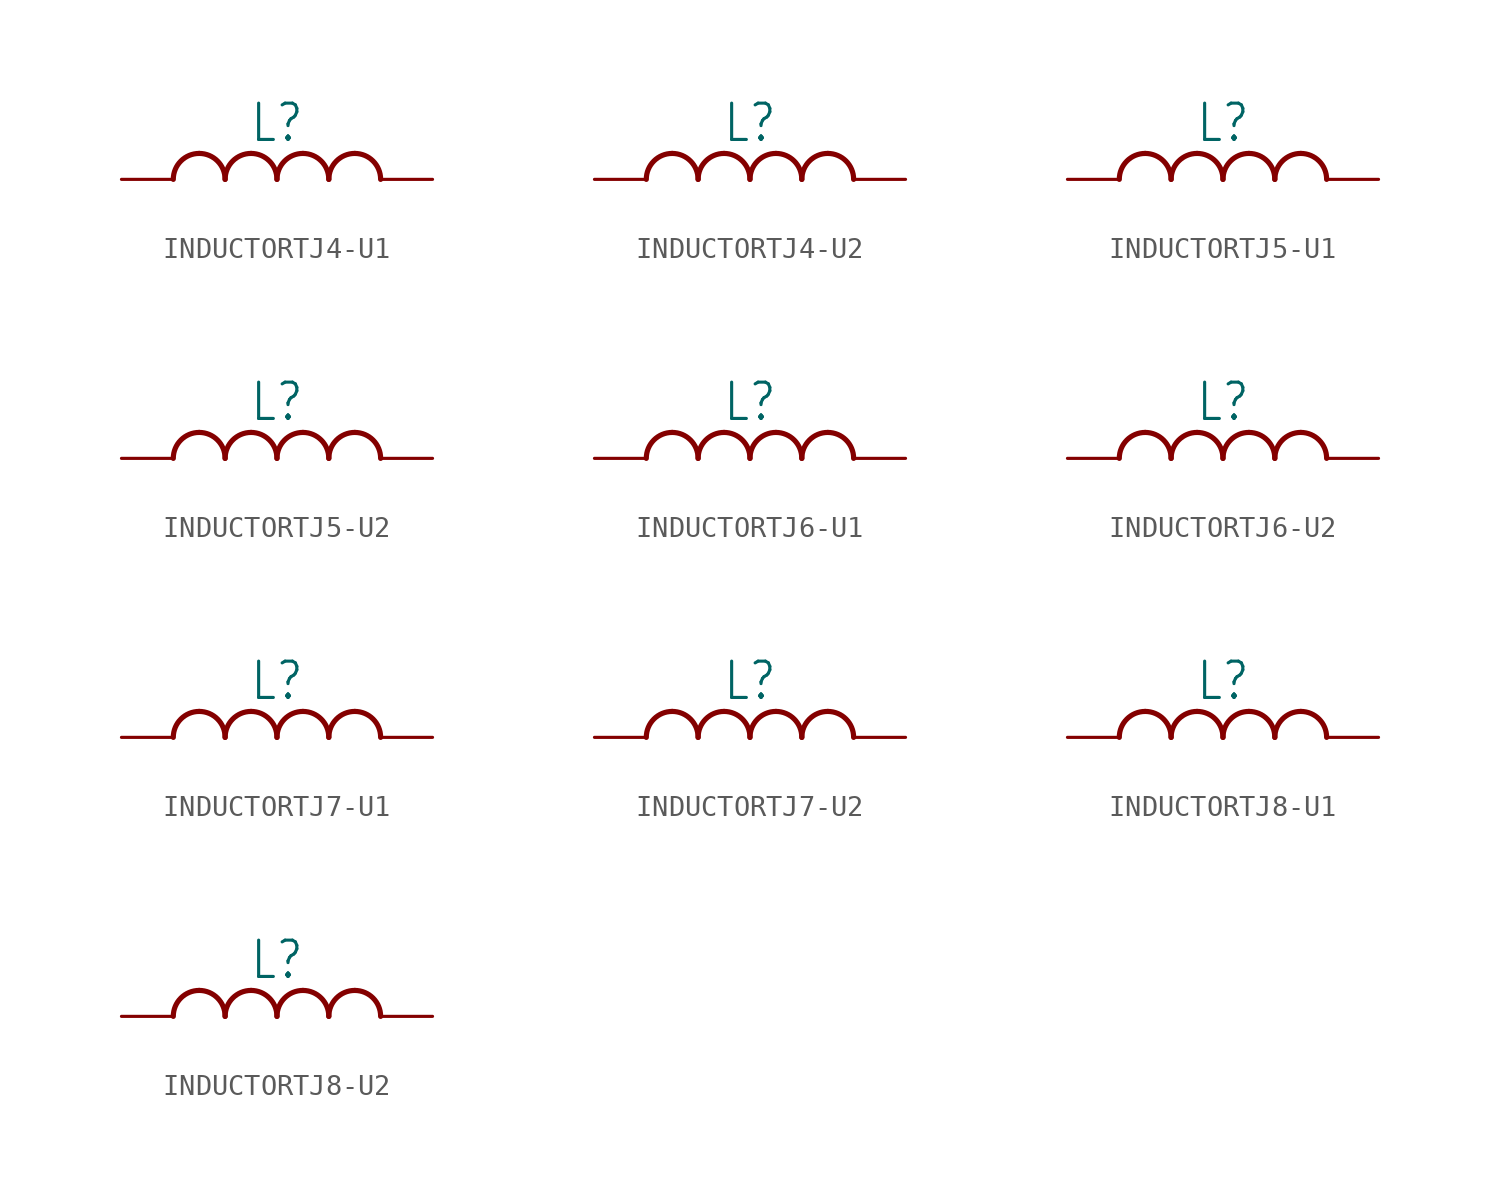
<source format=kicad_sym>
(kicad_symbol_lib
  (version 20220914)
  (generator kicad_symbol_editor)
  (symbol "INDUCTORTJ4-U1"
    (property "Reference" "L"
      (at 0 3.81 0)
      (effects (font (size 1.778 1.511)) (justify top)))
    (property "Value" ""
      (at 0 -1.27 0)
      (effects (font (size 1.778 1.511)) (justify top)))
    (property "ki_locked" ""
      (at 0 0 0)
      (effects (font (size 1.27 1.27))))
    (symbol "INDUCTORTJ4-U1_1_0"
      (arc (start -3.81 1.27) (mid -4.708 0.898) (end -5.08 0) (stroke (width 0.254) (type solid)) (fill (type none)))
      (arc (start -2.54 0) (mid -2.912 0.898) (end -3.81 1.27) (stroke (width 0.254) (type solid)) (fill (type none)))
      (arc (start -1.27 1.27) (mid -2.168 0.898) (end -2.54 0) (stroke (width 0.254) (type solid)) (fill (type none)))
      (arc (start 0 0) (mid -0.372 0.898) (end -1.27 1.27) (stroke (width 0.254) (type solid)) (fill (type none)))
      (arc (start 1.27 1.27) (mid 0.372 0.898) (end 0 0) (stroke (width 0.254) (type solid)) (fill (type none)))
      (arc (start 2.54 0) (mid 2.168 0.898) (end 1.27 1.27) (stroke (width 0.254) (type solid)) (fill (type none)))
      (arc (start 3.81 1.27) (mid 2.912 0.898) (end 2.54 0) (stroke (width 0.254) (type solid)) (fill (type none)))
      (arc (start 5.08 0) (mid 4.708 0.898) (end 3.81 1.27) (stroke (width 0.254) (type solid)) (fill (type none)))
      (pin passive line (at -7.62 0 0) (length 2.54) (name "1" (effects (font (size 0 0)))) (number "1" (effects (font (size 0 0)))))
      (pin passive line (at 7.62 0 180) (length 2.54) (name "2" (effects (font (size 0 0)))) (number "2" (effects (font (size 0 0)))))))
  (symbol "INDUCTORTJ4-U2"
    (property "Reference" "L"
      (at 0 3.81 0)
      (effects (font (size 1.778 1.511)) (justify top)))
    (property "Value" ""
      (at 0 -1.27 0)
      (effects (font (size 1.778 1.511)) (justify top)))
    (property "ki_locked" ""
      (at 0 0 0)
      (effects (font (size 1.27 1.27))))
    (symbol "INDUCTORTJ4-U2_1_0"
      (arc (start -3.81 1.27) (mid -4.708 0.898) (end -5.08 0) (stroke (width 0.254) (type solid)) (fill (type none)))
      (arc (start -2.54 0) (mid -2.912 0.898) (end -3.81 1.27) (stroke (width 0.254) (type solid)) (fill (type none)))
      (arc (start -1.27 1.27) (mid -2.168 0.898) (end -2.54 0) (stroke (width 0.254) (type solid)) (fill (type none)))
      (arc (start 0 0) (mid -0.372 0.898) (end -1.27 1.27) (stroke (width 0.254) (type solid)) (fill (type none)))
      (arc (start 1.27 1.27) (mid 0.372 0.898) (end 0 0) (stroke (width 0.254) (type solid)) (fill (type none)))
      (arc (start 2.54 0) (mid 2.168 0.898) (end 1.27 1.27) (stroke (width 0.254) (type solid)) (fill (type none)))
      (arc (start 3.81 1.27) (mid 2.912 0.898) (end 2.54 0) (stroke (width 0.254) (type solid)) (fill (type none)))
      (arc (start 5.08 0) (mid 4.708 0.898) (end 3.81 1.27) (stroke (width 0.254) (type solid)) (fill (type none)))
      (pin passive line (at -7.62 0 0) (length 2.54) (name "1" (effects (font (size 0 0)))) (number "1" (effects (font (size 0 0)))))
      (pin passive line (at 7.62 0 180) (length 2.54) (name "2" (effects (font (size 0 0)))) (number "2" (effects (font (size 0 0)))))))
  (symbol "INDUCTORTJ5-U1"
    (property "Reference" "L"
      (at 0 3.81 0)
      (effects (font (size 1.778 1.511)) (justify top)))
    (property "Value" ""
      (at 0 -1.27 0)
      (effects (font (size 1.778 1.511)) (justify top)))
    (property "ki_locked" ""
      (at 0 0 0)
      (effects (font (size 1.27 1.27))))
    (symbol "INDUCTORTJ5-U1_1_0"
      (arc (start -3.81 1.27) (mid -4.708 0.898) (end -5.08 0) (stroke (width 0.254) (type solid)) (fill (type none)))
      (arc (start -2.54 0) (mid -2.912 0.898) (end -3.81 1.27) (stroke (width 0.254) (type solid)) (fill (type none)))
      (arc (start -1.27 1.27) (mid -2.168 0.898) (end -2.54 0) (stroke (width 0.254) (type solid)) (fill (type none)))
      (arc (start 0 0) (mid -0.372 0.898) (end -1.27 1.27) (stroke (width 0.254) (type solid)) (fill (type none)))
      (arc (start 1.27 1.27) (mid 0.372 0.898) (end 0 0) (stroke (width 0.254) (type solid)) (fill (type none)))
      (arc (start 2.54 0) (mid 2.168 0.898) (end 1.27 1.27) (stroke (width 0.254) (type solid)) (fill (type none)))
      (arc (start 3.81 1.27) (mid 2.912 0.898) (end 2.54 0) (stroke (width 0.254) (type solid)) (fill (type none)))
      (arc (start 5.08 0) (mid 4.708 0.898) (end 3.81 1.27) (stroke (width 0.254) (type solid)) (fill (type none)))
      (pin passive line (at -7.62 0 0) (length 2.54) (name "1" (effects (font (size 0 0)))) (number "1" (effects (font (size 0 0)))))
      (pin passive line (at 7.62 0 180) (length 2.54) (name "2" (effects (font (size 0 0)))) (number "2" (effects (font (size 0 0)))))))
  (symbol "INDUCTORTJ5-U2"
    (property "Reference" "L"
      (at 0 3.81 0)
      (effects (font (size 1.778 1.511)) (justify top)))
    (property "Value" ""
      (at 0 -1.27 0)
      (effects (font (size 1.778 1.511)) (justify top)))
    (property "ki_locked" ""
      (at 0 0 0)
      (effects (font (size 1.27 1.27))))
    (symbol "INDUCTORTJ5-U2_1_0"
      (arc (start -3.81 1.27) (mid -4.708 0.898) (end -5.08 0) (stroke (width 0.254) (type solid)) (fill (type none)))
      (arc (start -2.54 0) (mid -2.912 0.898) (end -3.81 1.27) (stroke (width 0.254) (type solid)) (fill (type none)))
      (arc (start -1.27 1.27) (mid -2.168 0.898) (end -2.54 0) (stroke (width 0.254) (type solid)) (fill (type none)))
      (arc (start 0 0) (mid -0.372 0.898) (end -1.27 1.27) (stroke (width 0.254) (type solid)) (fill (type none)))
      (arc (start 1.27 1.27) (mid 0.372 0.898) (end 0 0) (stroke (width 0.254) (type solid)) (fill (type none)))
      (arc (start 2.54 0) (mid 2.168 0.898) (end 1.27 1.27) (stroke (width 0.254) (type solid)) (fill (type none)))
      (arc (start 3.81 1.27) (mid 2.912 0.898) (end 2.54 0) (stroke (width 0.254) (type solid)) (fill (type none)))
      (arc (start 5.08 0) (mid 4.708 0.898) (end 3.81 1.27) (stroke (width 0.254) (type solid)) (fill (type none)))
      (pin passive line (at -7.62 0 0) (length 2.54) (name "1" (effects (font (size 0 0)))) (number "1" (effects (font (size 0 0)))))
      (pin passive line (at 7.62 0 180) (length 2.54) (name "2" (effects (font (size 0 0)))) (number "2" (effects (font (size 0 0)))))))
  (symbol "INDUCTORTJ6-U1"
    (property "Reference" "L"
      (at 0 3.81 0)
      (effects (font (size 1.778 1.511)) (justify top)))
    (property "Value" ""
      (at 0 -1.27 0)
      (effects (font (size 1.778 1.511)) (justify top)))
    (property "ki_locked" ""
      (at 0 0 0)
      (effects (font (size 1.27 1.27))))
    (symbol "INDUCTORTJ6-U1_1_0"
      (arc (start -3.81 1.27) (mid -4.708 0.898) (end -5.08 0) (stroke (width 0.254) (type solid)) (fill (type none)))
      (arc (start -2.54 0) (mid -2.912 0.898) (end -3.81 1.27) (stroke (width 0.254) (type solid)) (fill (type none)))
      (arc (start -1.27 1.27) (mid -2.168 0.898) (end -2.54 0) (stroke (width 0.254) (type solid)) (fill (type none)))
      (arc (start 0 0) (mid -0.372 0.898) (end -1.27 1.27) (stroke (width 0.254) (type solid)) (fill (type none)))
      (arc (start 1.27 1.27) (mid 0.372 0.898) (end 0 0) (stroke (width 0.254) (type solid)) (fill (type none)))
      (arc (start 2.54 0) (mid 2.168 0.898) (end 1.27 1.27) (stroke (width 0.254) (type solid)) (fill (type none)))
      (arc (start 3.81 1.27) (mid 2.912 0.898) (end 2.54 0) (stroke (width 0.254) (type solid)) (fill (type none)))
      (arc (start 5.08 0) (mid 4.708 0.898) (end 3.81 1.27) (stroke (width 0.254) (type solid)) (fill (type none)))
      (pin passive line (at -7.62 0 0) (length 2.54) (name "1" (effects (font (size 0 0)))) (number "1" (effects (font (size 0 0)))))
      (pin passive line (at 7.62 0 180) (length 2.54) (name "2" (effects (font (size 0 0)))) (number "2" (effects (font (size 0 0)))))))
  (symbol "INDUCTORTJ6-U2"
    (property "Reference" "L"
      (at 0 3.81 0)
      (effects (font (size 1.778 1.511)) (justify top)))
    (property "Value" ""
      (at 0 -1.27 0)
      (effects (font (size 1.778 1.511)) (justify top)))
    (property "ki_locked" ""
      (at 0 0 0)
      (effects (font (size 1.27 1.27))))
    (symbol "INDUCTORTJ6-U2_1_0"
      (arc (start -3.81 1.27) (mid -4.708 0.898) (end -5.08 0) (stroke (width 0.254) (type solid)) (fill (type none)))
      (arc (start -2.54 0) (mid -2.912 0.898) (end -3.81 1.27) (stroke (width 0.254) (type solid)) (fill (type none)))
      (arc (start -1.27 1.27) (mid -2.168 0.898) (end -2.54 0) (stroke (width 0.254) (type solid)) (fill (type none)))
      (arc (start 0 0) (mid -0.372 0.898) (end -1.27 1.27) (stroke (width 0.254) (type solid)) (fill (type none)))
      (arc (start 1.27 1.27) (mid 0.372 0.898) (end 0 0) (stroke (width 0.254) (type solid)) (fill (type none)))
      (arc (start 2.54 0) (mid 2.168 0.898) (end 1.27 1.27) (stroke (width 0.254) (type solid)) (fill (type none)))
      (arc (start 3.81 1.27) (mid 2.912 0.898) (end 2.54 0) (stroke (width 0.254) (type solid)) (fill (type none)))
      (arc (start 5.08 0) (mid 4.708 0.898) (end 3.81 1.27) (stroke (width 0.254) (type solid)) (fill (type none)))
      (pin passive line (at -7.62 0 0) (length 2.54) (name "1" (effects (font (size 0 0)))) (number "1" (effects (font (size 0 0)))))
      (pin passive line (at 7.62 0 180) (length 2.54) (name "2" (effects (font (size 0 0)))) (number "2" (effects (font (size 0 0)))))))
  (symbol "INDUCTORTJ7-U1"
    (property "Reference" "L"
      (at 0 3.81 0)
      (effects (font (size 1.778 1.511)) (justify top)))
    (property "Value" ""
      (at 0 -1.27 0)
      (effects (font (size 1.778 1.511)) (justify top)))
    (property "ki_locked" ""
      (at 0 0 0)
      (effects (font (size 1.27 1.27))))
    (symbol "INDUCTORTJ7-U1_1_0"
      (arc (start -3.81 1.27) (mid -4.708 0.898) (end -5.08 0) (stroke (width 0.254) (type solid)) (fill (type none)))
      (arc (start -2.54 0) (mid -2.912 0.898) (end -3.81 1.27) (stroke (width 0.254) (type solid)) (fill (type none)))
      (arc (start -1.27 1.27) (mid -2.168 0.898) (end -2.54 0) (stroke (width 0.254) (type solid)) (fill (type none)))
      (arc (start 0 0) (mid -0.372 0.898) (end -1.27 1.27) (stroke (width 0.254) (type solid)) (fill (type none)))
      (arc (start 1.27 1.27) (mid 0.372 0.898) (end 0 0) (stroke (width 0.254) (type solid)) (fill (type none)))
      (arc (start 2.54 0) (mid 2.168 0.898) (end 1.27 1.27) (stroke (width 0.254) (type solid)) (fill (type none)))
      (arc (start 3.81 1.27) (mid 2.912 0.898) (end 2.54 0) (stroke (width 0.254) (type solid)) (fill (type none)))
      (arc (start 5.08 0) (mid 4.708 0.898) (end 3.81 1.27) (stroke (width 0.254) (type solid)) (fill (type none)))
      (pin passive line (at -7.62 0 0) (length 2.54) (name "1" (effects (font (size 0 0)))) (number "1" (effects (font (size 0 0)))))
      (pin passive line (at 7.62 0 180) (length 2.54) (name "2" (effects (font (size 0 0)))) (number "2" (effects (font (size 0 0)))))))
  (symbol "INDUCTORTJ7-U2"
    (property "Reference" "L"
      (at 0 3.81 0)
      (effects (font (size 1.778 1.511)) (justify top)))
    (property "Value" ""
      (at 0 -1.27 0)
      (effects (font (size 1.778 1.511)) (justify top)))
    (property "ki_locked" ""
      (at 0 0 0)
      (effects (font (size 1.27 1.27))))
    (symbol "INDUCTORTJ7-U2_1_0"
      (arc (start -3.81 1.27) (mid -4.708 0.898) (end -5.08 0) (stroke (width 0.254) (type solid)) (fill (type none)))
      (arc (start -2.54 0) (mid -2.912 0.898) (end -3.81 1.27) (stroke (width 0.254) (type solid)) (fill (type none)))
      (arc (start -1.27 1.27) (mid -2.168 0.898) (end -2.54 0) (stroke (width 0.254) (type solid)) (fill (type none)))
      (arc (start 0 0) (mid -0.372 0.898) (end -1.27 1.27) (stroke (width 0.254) (type solid)) (fill (type none)))
      (arc (start 1.27 1.27) (mid 0.372 0.898) (end 0 0) (stroke (width 0.254) (type solid)) (fill (type none)))
      (arc (start 2.54 0) (mid 2.168 0.898) (end 1.27 1.27) (stroke (width 0.254) (type solid)) (fill (type none)))
      (arc (start 3.81 1.27) (mid 2.912 0.898) (end 2.54 0) (stroke (width 0.254) (type solid)) (fill (type none)))
      (arc (start 5.08 0) (mid 4.708 0.898) (end 3.81 1.27) (stroke (width 0.254) (type solid)) (fill (type none)))
      (pin passive line (at -7.62 0 0) (length 2.54) (name "1" (effects (font (size 0 0)))) (number "1" (effects (font (size 0 0)))))
      (pin passive line (at 7.62 0 180) (length 2.54) (name "2" (effects (font (size 0 0)))) (number "2" (effects (font (size 0 0)))))))
  (symbol "INDUCTORTJ8-U1"
    (property "Reference" "L"
      (at 0 3.81 0)
      (effects (font (size 1.778 1.511)) (justify top)))
    (property "Value" ""
      (at 0 -1.27 0)
      (effects (font (size 1.778 1.511)) (justify top)))
    (property "ki_locked" ""
      (at 0 0 0)
      (effects (font (size 1.27 1.27))))
    (symbol "INDUCTORTJ8-U1_1_0"
      (arc (start -3.81 1.27) (mid -4.708 0.898) (end -5.08 0) (stroke (width 0.254) (type solid)) (fill (type none)))
      (arc (start -2.54 0) (mid -2.912 0.898) (end -3.81 1.27) (stroke (width 0.254) (type solid)) (fill (type none)))
      (arc (start -1.27 1.27) (mid -2.168 0.898) (end -2.54 0) (stroke (width 0.254) (type solid)) (fill (type none)))
      (arc (start 0 0) (mid -0.372 0.898) (end -1.27 1.27) (stroke (width 0.254) (type solid)) (fill (type none)))
      (arc (start 1.27 1.27) (mid 0.372 0.898) (end 0 0) (stroke (width 0.254) (type solid)) (fill (type none)))
      (arc (start 2.54 0) (mid 2.168 0.898) (end 1.27 1.27) (stroke (width 0.254) (type solid)) (fill (type none)))
      (arc (start 3.81 1.27) (mid 2.912 0.898) (end 2.54 0) (stroke (width 0.254) (type solid)) (fill (type none)))
      (arc (start 5.08 0) (mid 4.708 0.898) (end 3.81 1.27) (stroke (width 0.254) (type solid)) (fill (type none)))
      (pin passive line (at -7.62 0 0) (length 2.54) (name "1" (effects (font (size 0 0)))) (number "1" (effects (font (size 0 0)))))
      (pin passive line (at 7.62 0 180) (length 2.54) (name "2" (effects (font (size 0 0)))) (number "2" (effects (font (size 0 0)))))))
  (symbol "INDUCTORTJ8-U2"
    (property "Reference" "L"
      (at 0 3.81 0)
      (effects (font (size 1.778 1.511)) (justify top)))
    (property "Value" ""
      (at 0 -1.27 0)
      (effects (font (size 1.778 1.511)) (justify top)))
    (property "ki_locked" ""
      (at 0 0 0)
      (effects (font (size 1.27 1.27))))
    (symbol "INDUCTORTJ8-U2_1_0"
      (arc (start -3.81 1.27) (mid -4.708 0.898) (end -5.08 0) (stroke (width 0.254) (type solid)) (fill (type none)))
      (arc (start -2.54 0) (mid -2.912 0.898) (end -3.81 1.27) (stroke (width 0.254) (type solid)) (fill (type none)))
      (arc (start -1.27 1.27) (mid -2.168 0.898) (end -2.54 0) (stroke (width 0.254) (type solid)) (fill (type none)))
      (arc (start 0 0) (mid -0.372 0.898) (end -1.27 1.27) (stroke (width 0.254) (type solid)) (fill (type none)))
      (arc (start 1.27 1.27) (mid 0.372 0.898) (end 0 0) (stroke (width 0.254) (type solid)) (fill (type none)))
      (arc (start 2.54 0) (mid 2.168 0.898) (end 1.27 1.27) (stroke (width 0.254) (type solid)) (fill (type none)))
      (arc (start 3.81 1.27) (mid 2.912 0.898) (end 2.54 0) (stroke (width 0.254) (type solid)) (fill (type none)))
      (arc (start 5.08 0) (mid 4.708 0.898) (end 3.81 1.27) (stroke (width 0.254) (type solid)) (fill (type none)))
      (pin passive line (at -7.62 0 0) (length 2.54) (name "1" (effects (font (size 0 0)))) (number "1" (effects (font (size 0 0)))))
      (pin passive line (at 7.62 0 180) (length 2.54) (name "2" (effects (font (size 0 0)))) (number "2" (effects (font (size 0 0))))))))
</source>
